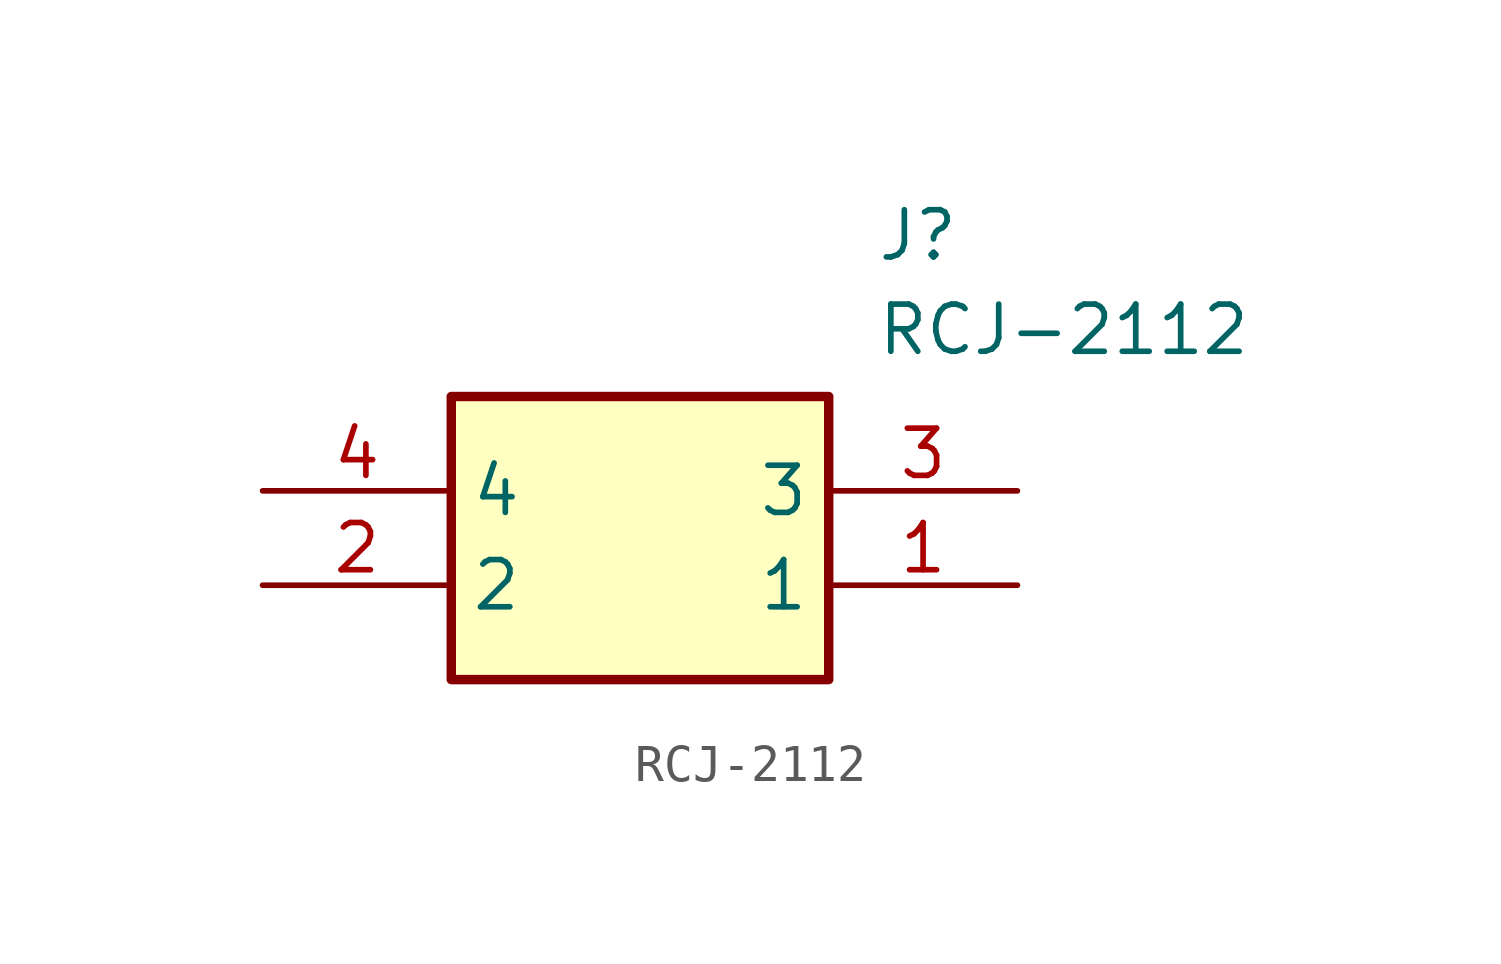
<source format=kicad_sym>
(kicad_symbol_lib
  (version 20211014)
  (generator SamacSys_ECAD_Model)
  (symbol "RCJ-2112"
    (property "Reference" "J"
      (at 16.51 7.62 0)
      (effects (font (size 1.27 1.27)) (justify left top)))
    (property "Value" "RCJ-2112"
      (at 16.51 5.08 0)
      (effects (font (size 1.27 1.27)) (justify left top)))
    (rectangle
      (start 5.08 2.54)
      (end 15.24 -5.08)
      (stroke (width 0.254) (type default))
      (fill (type background)))
    (pin passive line
      (at 20.32 -2.54 180)
      (length 5.08)
      (name "1" (effects (font (size 1.27 1.27))))
      (number "1" (effects (font (size 1.27 1.27)))))
    (pin passive line
      (at 0 -2.54 0)
      (length 5.08)
      (name "2" (effects (font (size 1.27 1.27))))
      (number "2" (effects (font (size 1.27 1.27)))))
    (pin passive line
      (at 20.32 0 180)
      (length 5.08)
      (name "3" (effects (font (size 1.27 1.27))))
      (number "3" (effects (font (size 1.27 1.27)))))
    (pin passive line
      (at 0 0 0)
      (length 5.08)
      (name "4" (effects (font (size 1.27 1.27))))
      (number "4" (effects (font (size 1.27 1.27)))))))
</source>
